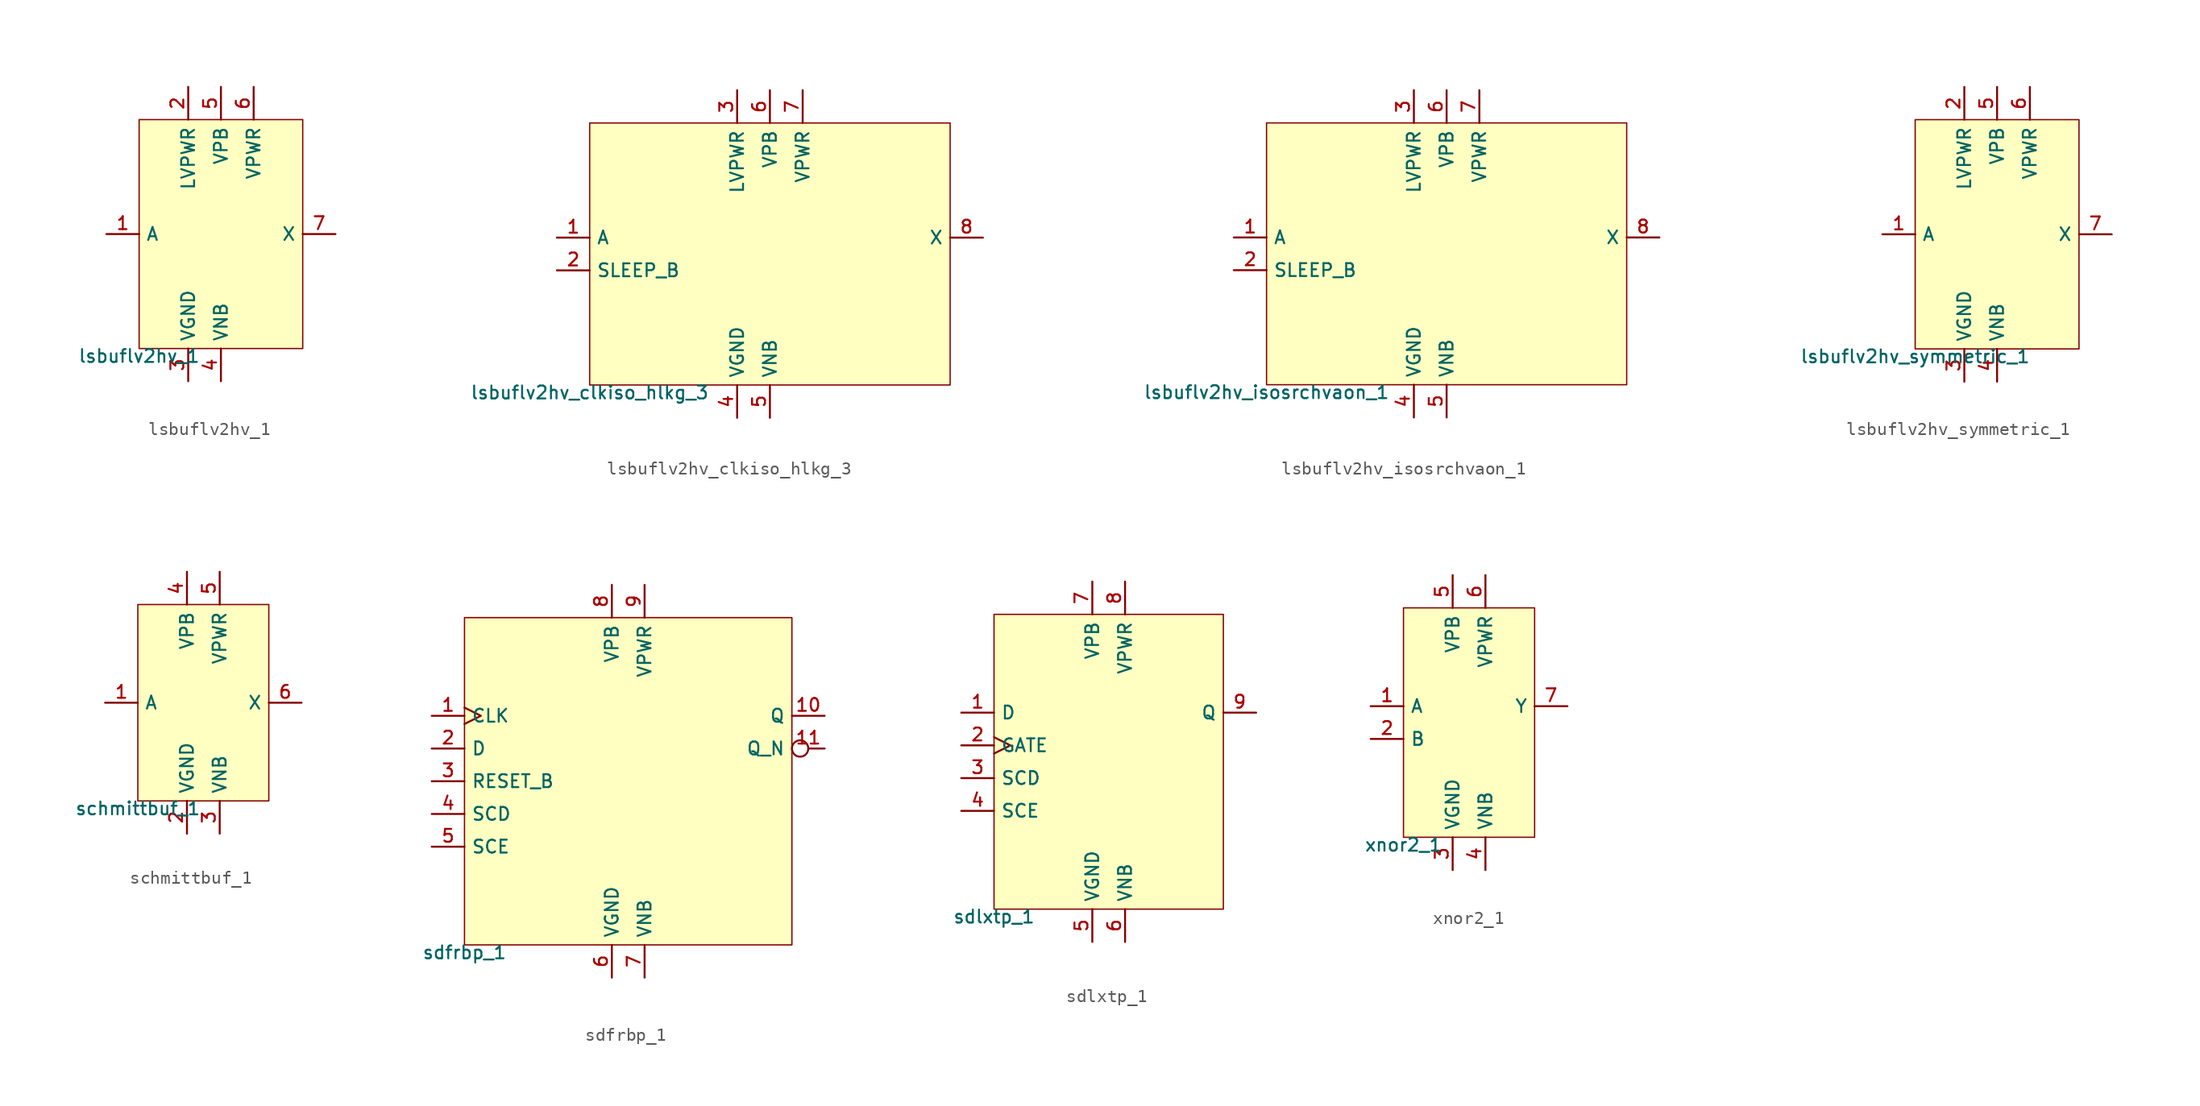
<source format=kicad_sym>
(kicad_symbol_lib
  (version 20211014)
  (generator pdk2kicad)
  (symbol "lsbuflv2hv_1"
    (property "Reference" "X"
      (at 0 0 0)
      (effects (font (size 1 1)) hide))
    (property "Value" "lsbuflv2hv_1"
      (at -6.35 -8.89 0)
      (effects (font (size 1 1)) (justify top)))
    (rectangle
      (start -6.35 -8.89)
      (end 6.35 8.89)
      (stroke (width 0.1) (type solid) (color 0 0 0 0))
      (fill (type background)))
    (pin input line
      (at -8.89 8.881784197001252e-16 0)
      (length 2.54)
      (name "A" (effects (font (size 1 1)) hide))
      (number "1" (effects (font (size 1 1)) hide)))
    (pin power_in line
      (at -2.54 11.43 270)
      (length 2.54)
      (name "LVPWR" (effects (font (size 1 1)) hide))
      (number "2" (effects (font (size 1 1)) hide)))
    (pin power_in line
      (at -2.54 -11.43 90)
      (length 2.54)
      (name "VGND" (effects (font (size 1 1)) hide))
      (number "3" (effects (font (size 1 1)) hide)))
    (pin power_in line
      (at 4.440892098500626e-16 -11.43 90)
      (length 2.54)
      (name "VNB" (effects (font (size 1 1)) hide))
      (number "4" (effects (font (size 1 1)) hide)))
    (pin power_in line
      (at 4.440892098500626e-16 11.43 270)
      (length 2.54)
      (name "VPB" (effects (font (size 1 1)) hide))
      (number "5" (effects (font (size 1 1)) hide)))
    (pin power_in line
      (at 2.54 11.43 270)
      (length 2.54)
      (name "VPWR" (effects (font (size 1 1)) hide))
      (number "6" (effects (font (size 1 1)) hide)))
    (pin output line
      (at 8.89 8.881784197001252e-16 180)
      (length 2.54)
      (name "X" (effects (font (size 1 1)) hide))
      (number "7" (effects (font (size 1 1)) hide))))
  (symbol "lsbuflv2hv_clkiso_hlkg_3"
    (property "Reference" "X"
      (at 0 0 0)
      (effects (font (size 1 1)) hide))
    (property "Value" "lsbuflv2hv_clkiso_hlkg_3"
      (at -13.97 -10.16 0)
      (effects (font (size 1 1)) (justify top)))
    (rectangle
      (start -13.97 -10.16)
      (end 13.97 10.16)
      (stroke (width 0.1) (type solid) (color 0 0 0 0))
      (fill (type background)))
    (pin input line
      (at -16.51 1.27 0)
      (length 2.54)
      (name "A" (effects (font (size 1 1)) hide))
      (number "1" (effects (font (size 1 1)) hide)))
    (pin input line
      (at -16.51 -1.27 0)
      (length 2.54)
      (name "SLEEP_B" (effects (font (size 1 1)) hide))
      (number "2" (effects (font (size 1 1)) hide)))
    (pin power_in line
      (at -2.54 12.7 270)
      (length 2.54)
      (name "LVPWR" (effects (font (size 1 1)) hide))
      (number "3" (effects (font (size 1 1)) hide)))
    (pin power_in line
      (at -2.54 -12.7 90)
      (length 2.54)
      (name "VGND" (effects (font (size 1 1)) hide))
      (number "4" (effects (font (size 1 1)) hide)))
    (pin power_in line
      (at 0.0 -12.7 90)
      (length 2.54)
      (name "VNB" (effects (font (size 1 1)) hide))
      (number "5" (effects (font (size 1 1)) hide)))
    (pin power_in line
      (at 0.0 12.7 270)
      (length 2.54)
      (name "VPB" (effects (font (size 1 1)) hide))
      (number "6" (effects (font (size 1 1)) hide)))
    (pin power_in line
      (at 2.54 12.7 270)
      (length 2.54)
      (name "VPWR" (effects (font (size 1 1)) hide))
      (number "7" (effects (font (size 1 1)) hide)))
    (pin output line
      (at 16.51 1.27 180)
      (length 2.54)
      (name "X" (effects (font (size 1 1)) hide))
      (number "8" (effects (font (size 1 1)) hide))))
  (symbol "lsbuflv2hv_isosrchvaon_1"
    (property "Reference" "X"
      (at 0 0 0)
      (effects (font (size 1 1)) hide))
    (property "Value" "lsbuflv2hv_isosrchvaon_1"
      (at -13.97 -10.16 0)
      (effects (font (size 1 1)) (justify top)))
    (rectangle
      (start -13.97 -10.16)
      (end 13.97 10.16)
      (stroke (width 0.1) (type solid) (color 0 0 0 0))
      (fill (type background)))
    (pin input line
      (at -16.51 1.27 0)
      (length 2.54)
      (name "A" (effects (font (size 1 1)) hide))
      (number "1" (effects (font (size 1 1)) hide)))
    (pin input line
      (at -16.51 -1.27 0)
      (length 2.54)
      (name "SLEEP_B" (effects (font (size 1 1)) hide))
      (number "2" (effects (font (size 1 1)) hide)))
    (pin power_in line
      (at -2.54 12.7 270)
      (length 2.54)
      (name "LVPWR" (effects (font (size 1 1)) hide))
      (number "3" (effects (font (size 1 1)) hide)))
    (pin power_in line
      (at -2.54 -12.7 90)
      (length 2.54)
      (name "VGND" (effects (font (size 1 1)) hide))
      (number "4" (effects (font (size 1 1)) hide)))
    (pin power_in line
      (at 0.0 -12.7 90)
      (length 2.54)
      (name "VNB" (effects (font (size 1 1)) hide))
      (number "5" (effects (font (size 1 1)) hide)))
    (pin power_in line
      (at 0.0 12.7 270)
      (length 2.54)
      (name "VPB" (effects (font (size 1 1)) hide))
      (number "6" (effects (font (size 1 1)) hide)))
    (pin power_in line
      (at 2.54 12.7 270)
      (length 2.54)
      (name "VPWR" (effects (font (size 1 1)) hide))
      (number "7" (effects (font (size 1 1)) hide)))
    (pin output line
      (at 16.51 1.27 180)
      (length 2.54)
      (name "X" (effects (font (size 1 1)) hide))
      (number "8" (effects (font (size 1 1)) hide))))
  (symbol "lsbuflv2hv_symmetric_1"
    (property "Reference" "X"
      (at 0 0 0)
      (effects (font (size 1 1)) hide))
    (property "Value" "lsbuflv2hv_symmetric_1"
      (at -6.35 -8.89 0)
      (effects (font (size 1 1)) (justify top)))
    (rectangle
      (start -6.35 -8.89)
      (end 6.35 8.89)
      (stroke (width 0.1) (type solid) (color 0 0 0 0))
      (fill (type background)))
    (pin input line
      (at -8.89 8.881784197001252e-16 0)
      (length 2.54)
      (name "A" (effects (font (size 1 1)) hide))
      (number "1" (effects (font (size 1 1)) hide)))
    (pin power_in line
      (at -2.54 11.43 270)
      (length 2.54)
      (name "LVPWR" (effects (font (size 1 1)) hide))
      (number "2" (effects (font (size 1 1)) hide)))
    (pin power_in line
      (at -2.54 -11.43 90)
      (length 2.54)
      (name "VGND" (effects (font (size 1 1)) hide))
      (number "3" (effects (font (size 1 1)) hide)))
    (pin power_in line
      (at 4.440892098500626e-16 -11.43 90)
      (length 2.54)
      (name "VNB" (effects (font (size 1 1)) hide))
      (number "4" (effects (font (size 1 1)) hide)))
    (pin power_in line
      (at 4.440892098500626e-16 11.43 270)
      (length 2.54)
      (name "VPB" (effects (font (size 1 1)) hide))
      (number "5" (effects (font (size 1 1)) hide)))
    (pin power_in line
      (at 2.54 11.43 270)
      (length 2.54)
      (name "VPWR" (effects (font (size 1 1)) hide))
      (number "6" (effects (font (size 1 1)) hide)))
    (pin output line
      (at 8.89 8.881784197001252e-16 180)
      (length 2.54)
      (name "X" (effects (font (size 1 1)) hide))
      (number "7" (effects (font (size 1 1)) hide))))
  (symbol "schmittbuf_1"
    (property "Reference" "X"
      (at 0 0 0)
      (effects (font (size 1 1)) hide))
    (property "Value" "schmittbuf_1"
      (at -5.08 -7.62 0)
      (effects (font (size 1 1)) (justify top)))
    (rectangle
      (start -5.08 -7.62)
      (end 5.08 7.62)
      (stroke (width 0.1) (type solid) (color 0 0 0 0))
      (fill (type background)))
    (pin input line
      (at -7.62 0.0 0)
      (length 2.54)
      (name "A" (effects (font (size 1 1)) hide))
      (number "1" (effects (font (size 1 1)) hide)))
    (pin power_in line
      (at -1.27 -10.16 90)
      (length 2.54)
      (name "VGND" (effects (font (size 1 1)) hide))
      (number "2" (effects (font (size 1 1)) hide)))
    (pin power_in line
      (at 1.27 -10.16 90)
      (length 2.54)
      (name "VNB" (effects (font (size 1 1)) hide))
      (number "3" (effects (font (size 1 1)) hide)))
    (pin power_in line
      (at -1.27 10.16 270)
      (length 2.54)
      (name "VPB" (effects (font (size 1 1)) hide))
      (number "4" (effects (font (size 1 1)) hide)))
    (pin power_in line
      (at 1.27 10.16 270)
      (length 2.54)
      (name "VPWR" (effects (font (size 1 1)) hide))
      (number "5" (effects (font (size 1 1)) hide)))
    (pin output line
      (at 7.62 0.0 180)
      (length 2.54)
      (name "X" (effects (font (size 1 1)) hide))
      (number "6" (effects (font (size 1 1)) hide))))
  (symbol "sdfrbp_1"
    (property "Reference" "X"
      (at 0 0 0)
      (effects (font (size 1 1)) hide))
    (property "Value" "sdfrbp_1"
      (at -12.7 -12.7 0)
      (effects (font (size 1 1)) (justify top)))
    (rectangle
      (start -12.7 -12.7)
      (end 12.7 12.7)
      (stroke (width 0.1) (type solid) (color 0 0 0 0))
      (fill (type background)))
    (pin input clock
      (at -15.24 5.08 0)
      (length 2.54)
      (name "CLK" (effects (font (size 1 1)) hide))
      (number "1" (effects (font (size 1 1)) hide)))
    (pin input line
      (at -15.24 2.54 0)
      (length 2.54)
      (name "D" (effects (font (size 1 1)) hide))
      (number "2" (effects (font (size 1 1)) hide)))
    (pin input line
      (at -15.24 -8.881784197001252e-16 0)
      (length 2.54)
      (name "RESET_B" (effects (font (size 1 1)) hide))
      (number "3" (effects (font (size 1 1)) hide)))
    (pin input line
      (at -15.24 -2.54 0)
      (length 2.54)
      (name "SCD" (effects (font (size 1 1)) hide))
      (number "4" (effects (font (size 1 1)) hide)))
    (pin input line
      (at -15.24 -5.08 0)
      (length 2.54)
      (name "SCE" (effects (font (size 1 1)) hide))
      (number "5" (effects (font (size 1 1)) hide)))
    (pin power_in line
      (at -1.27 -15.24 90)
      (length 2.54)
      (name "VGND" (effects (font (size 1 1)) hide))
      (number "6" (effects (font (size 1 1)) hide)))
    (pin power_in line
      (at 1.27 -15.24 90)
      (length 2.54)
      (name "VNB" (effects (font (size 1 1)) hide))
      (number "7" (effects (font (size 1 1)) hide)))
    (pin power_in line
      (at -1.27 15.24 270)
      (length 2.54)
      (name "VPB" (effects (font (size 1 1)) hide))
      (number "8" (effects (font (size 1 1)) hide)))
    (pin power_in line
      (at 1.27 15.24 270)
      (length 2.54)
      (name "VPWR" (effects (font (size 1 1)) hide))
      (number "9" (effects (font (size 1 1)) hide)))
    (pin output line
      (at 15.24 5.08 180)
      (length 2.54)
      (name "Q" (effects (font (size 1 1)) hide))
      (number "10" (effects (font (size 1 1)) hide)))
    (pin output inverted
      (at 15.24 2.54 180)
      (length 2.54)
      (name "Q_N" (effects (font (size 1 1)) hide))
      (number "11" (effects (font (size 1 1)) hide))))
  (symbol "sdlxtp_1"
    (property "Reference" "X"
      (at 0 0 0)
      (effects (font (size 1 1)) hide))
    (property "Value" "sdlxtp_1"
      (at -8.89 -11.43 0)
      (effects (font (size 1 1)) (justify top)))
    (rectangle
      (start -8.89 -11.43)
      (end 8.89 11.43)
      (stroke (width 0.1) (type solid) (color 0 0 0 0))
      (fill (type background)))
    (pin input line
      (at -11.43 3.81 0)
      (length 2.54)
      (name "D" (effects (font (size 1 1)) hide))
      (number "1" (effects (font (size 1 1)) hide)))
    (pin input clock
      (at -11.43 1.27 0)
      (length 2.54)
      (name "GATE" (effects (font (size 1 1)) hide))
      (number "2" (effects (font (size 1 1)) hide)))
    (pin input line
      (at -11.43 -1.27 0)
      (length 2.54)
      (name "SCD" (effects (font (size 1 1)) hide))
      (number "3" (effects (font (size 1 1)) hide)))
    (pin input line
      (at -11.43 -3.81 0)
      (length 2.54)
      (name "SCE" (effects (font (size 1 1)) hide))
      (number "4" (effects (font (size 1 1)) hide)))
    (pin power_in line
      (at -1.27 -13.97 90)
      (length 2.54)
      (name "VGND" (effects (font (size 1 1)) hide))
      (number "5" (effects (font (size 1 1)) hide)))
    (pin power_in line
      (at 1.27 -13.97 90)
      (length 2.54)
      (name "VNB" (effects (font (size 1 1)) hide))
      (number "6" (effects (font (size 1 1)) hide)))
    (pin power_in line
      (at -1.27 13.97 270)
      (length 2.54)
      (name "VPB" (effects (font (size 1 1)) hide))
      (number "7" (effects (font (size 1 1)) hide)))
    (pin power_in line
      (at 1.27 13.97 270)
      (length 2.54)
      (name "VPWR" (effects (font (size 1 1)) hide))
      (number "8" (effects (font (size 1 1)) hide)))
    (pin output line
      (at 11.43 3.81 180)
      (length 2.54)
      (name "Q" (effects (font (size 1 1)) hide))
      (number "9" (effects (font (size 1 1)) hide))))
  (symbol "xnor2_1"
    (property "Reference" "X"
      (at 0 0 0)
      (effects (font (size 1 1)) hide))
    (property "Value" "xnor2_1"
      (at -5.08 -8.89 0)
      (effects (font (size 1 1)) (justify top)))
    (rectangle
      (start -5.08 -8.89)
      (end 5.08 8.89)
      (stroke (width 0.1) (type solid) (color 0 0 0 0))
      (fill (type background)))
    (pin input line
      (at -7.62 1.27 0)
      (length 2.54)
      (name "A" (effects (font (size 1 1)) hide))
      (number "1" (effects (font (size 1 1)) hide)))
    (pin input line
      (at -7.62 -1.27 0)
      (length 2.54)
      (name "B" (effects (font (size 1 1)) hide))
      (number "2" (effects (font (size 1 1)) hide)))
    (pin power_in line
      (at -1.27 -11.43 90)
      (length 2.54)
      (name "VGND" (effects (font (size 1 1)) hide))
      (number "3" (effects (font (size 1 1)) hide)))
    (pin power_in line
      (at 1.27 -11.43 90)
      (length 2.54)
      (name "VNB" (effects (font (size 1 1)) hide))
      (number "4" (effects (font (size 1 1)) hide)))
    (pin power_in line
      (at -1.27 11.43 270)
      (length 2.54)
      (name "VPB" (effects (font (size 1 1)) hide))
      (number "5" (effects (font (size 1 1)) hide)))
    (pin power_in line
      (at 1.27 11.43 270)
      (length 2.54)
      (name "VPWR" (effects (font (size 1 1)) hide))
      (number "6" (effects (font (size 1 1)) hide)))
    (pin output line
      (at 7.62 1.27 180)
      (length 2.54)
      (name "Y" (effects (font (size 1 1)) hide))
      (number "7" (effects (font (size 1 1)) hide)))))
</source>
